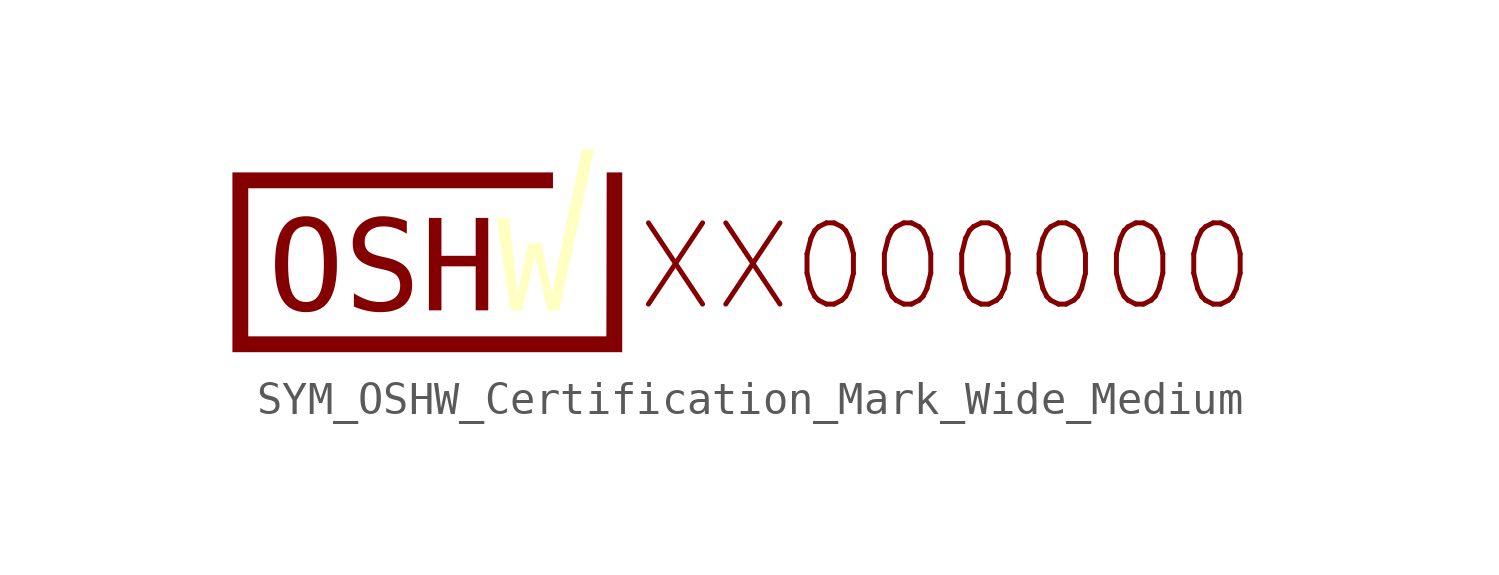
<source format=kicad_sym>
(kicad_symbol_lib
  (version 20220914)
  (generator kicad_symbol_editor)
  (symbol "SYM_OSHW_Certification_Mark_Wide_Medium"
    (property "Reference" "LOGO"
      (at 0 0 0)
      (effects (font (size 1.27 1.27)) hide))
    (symbol "SYM_OSHW_Certification_Mark_Wide_Medium_0_1"
      (polyline (pts (xy -2.783 -0.429) (xy -2.783 -0.429) (xy -2.783 -0.429)) (stroke (width -0.0001) (type default)) (fill (type outline)))
      (polyline (pts (xy 6 -3.137) (xy -6 -3.137) (xy -6 2.398) (xy -6 2.398) (xy 3.868 2.398) (xy 3.868 1.91) (xy -5.512 1.91) (xy -5.512 -2.649) (xy 5.512 -2.649) (xy 5.522 2.398) (xy 6 2.398)) (stroke (width -0.0001) (type default)) (fill (type outline)))
      (polyline (pts (xy 0.435 -0.17) (xy 1.489 -0.17) (xy 1.489 0.997) (xy 1.876 0.997) (xy 1.876 -1.849) (xy 1.489 -1.849) (xy 1.489 -0.494) (xy 0.435 -0.494) (xy 0.435 -1.849) (xy 0.048 -1.849) (xy 0.048 0.997) (xy 0.435 0.997)) (stroke (width -0.0001) (type default)) (fill (type outline)))
      (polyline (pts (xy -3.676 1.047) (xy -3.619 1.042) (xy -3.563 1.035) (xy -3.51 1.025) (xy -3.458 1.012) (xy -3.409 0.997) (xy -3.361 0.978) (xy -3.315 0.957) (xy -3.272 0.932) (xy -3.23 0.905) (xy -3.19 0.875) (xy -3.152 0.842) (xy -3.115 0.807) (xy -3.081 0.768) (xy -3.049 0.727) (xy -3.019 0.682) (xy -2.99 0.635) (xy -2.963 0.585) (xy -2.939 0.532) (xy -2.916 0.476) (xy -2.894 0.416) (xy -2.875 0.354) (xy -2.857 0.289) (xy -2.842 0.222) (xy -2.828 0.151) (xy -2.816 0.077) (xy -2.806 -0.0002) (xy -2.797 -0.08) (xy -2.791 -0.163) (xy -2.786 -0.249) (xy -2.784 -0.337) (xy -2.783 -0.429) (xy -2.784 -0.52) (xy -2.786 -0.609) (xy -2.791 -0.694) (xy -2.797 -0.777) (xy -2.806 -0.857) (xy -2.816 -0.933) (xy -2.828 -1.007) (xy -2.842 -1.078) (xy -2.857 -1.146) (xy -2.875 -1.211) (xy -2.894 -1.273) (xy -2.916 -1.332) (xy -2.939 -1.388) (xy -2.963 -1.441) (xy -2.99 -1.491) (xy -3.019 -1.538) (xy -3.034 -1.561) (xy -3.049 -1.583) (xy -3.065 -1.604) (xy -3.081 -1.624) (xy -3.098 -1.644) (xy -3.115 -1.663) (xy -3.133 -1.681) (xy -3.152 -1.698) (xy -3.17 -1.715) (xy -3.19 -1.731) (xy -3.209 -1.747) (xy -3.23 -1.761) (xy -3.25 -1.775) (xy -3.272 -1.788) (xy -3.293 -1.801) (xy -3.315 -1.813) (xy -3.338 -1.824) (xy -3.361 -1.834) (xy -3.385 -1.844) (xy -3.409 -1.853) (xy -3.433 -1.861) (xy -3.458 -1.869) (xy -3.484 -1.875) (xy -3.51 -1.881) (xy -3.536 -1.887) (xy -3.563 -1.891) (xy -3.619 -1.899) (xy -3.676 -1.903) (xy -3.736 -1.904) (xy -3.795 -1.903) (xy -3.852 -1.899) (xy -3.908 -1.891) (xy -3.961 -1.881) (xy -4.013 -1.869) (xy -4.062 -1.853) (xy -4.11 -1.835) (xy -4.156 -1.813) (xy -4.2 -1.789) (xy -4.242 -1.762) (xy -4.282 -1.732) (xy -4.319 -1.699) (xy -4.356 -1.664) (xy -4.39 -1.625) (xy -4.422 -1.584) (xy -4.452 -1.54) (xy -4.481 -1.493) (xy -4.507 -1.443) (xy -4.532 -1.39) (xy -4.555 -1.334) (xy -4.576 -1.275) (xy -4.595 -1.213) (xy -4.612 -1.148) (xy -4.628 -1.08) (xy -4.642 -1.009) (xy -4.654 -0.935) (xy -4.664 -0.859) (xy -4.672 -0.779) (xy -4.678 -0.696) (xy -4.683 -0.61) (xy -4.686 -0.521) (xy -4.687 -0.429) (xy -4.285 -0.429) (xy -4.282 -0.58) (xy -4.277 -0.719) (xy -4.266 -0.848) (xy -4.253 -0.965) (xy -4.244 -1.02) (xy -4.235 -1.071) (xy -4.224 -1.12) (xy -4.213 -1.166) (xy -4.2 -1.21) (xy -4.187 -1.25) (xy -4.172 -1.288) (xy -4.157 -1.323) (xy -4.14 -1.355) (xy -4.131 -1.371) (xy -4.122 -1.386) (xy -4.112 -1.4) (xy -4.103 -1.414) (xy -4.092 -1.428) (xy -4.082 -1.44) (xy -4.071 -1.453) (xy -4.06 -1.465) (xy -4.048 -1.476) (xy -4.037 -1.487) (xy -4.025 -1.497) (xy -4.012 -1.507) (xy -4 -1.516) (xy -3.987 -1.524) (xy -3.973 -1.532) (xy -3.96 -1.54) (xy -3.946 -1.547) (xy -3.932 -1.554) (xy -3.917 -1.56) (xy -3.902 -1.565) (xy -3.887 -1.57) (xy -3.871 -1.575) (xy -3.855 -1.579) (xy -3.839 -1.582) (xy -3.823 -1.585) (xy -3.806 -1.587) (xy -3.789 -1.589) (xy -3.771 -1.591) (xy -3.736 -1.592) (xy -3.7 -1.591) (xy -3.665 -1.587) (xy -3.631 -1.582) (xy -3.599 -1.575) (xy -3.568 -1.565) (xy -3.539 -1.554) (xy -3.51 -1.54) (xy -3.483 -1.525) (xy -3.458 -1.507) (xy -3.433 -1.487) (xy -3.41 -1.466) (xy -3.389 -1.442) (xy -3.368 -1.415) (xy -3.349 -1.387) (xy -3.331 -1.357) (xy -3.314 -1.325) (xy -3.299 -1.29) (xy -3.284 -1.252) (xy -3.27 -1.211) (xy -3.258 -1.168) (xy -3.246 -1.122) (xy -3.235 -1.073) (xy -3.226 -1.021) (xy -3.217 -0.966) (xy -3.209 -0.909) (xy -3.203 -0.849) (xy -3.197 -0.786) (xy -3.193 -0.72) (xy -3.189 -0.651) (xy -3.187 -0.58) (xy -3.185 -0.506) (xy -3.185 -0.429) (xy -3.187 -0.278) (xy -3.193 -0.138) (xy -3.203 -0.009) (xy -3.217 0.109) (xy -3.226 0.163) (xy -3.235 0.215) (xy -3.246 0.264) (xy -3.258 0.31) (xy -3.27 0.353) (xy -3.284 0.394) (xy -3.299 0.432) (xy -3.314 0.467) (xy -3.331 0.499) (xy -3.34 0.515) (xy -3.349 0.53) (xy -3.358 0.544) (xy -3.368 0.558) (xy -3.378 0.572) (xy -3.389 0.585) (xy -3.399 0.597) (xy -3.41 0.609) (xy -3.422 0.62) (xy -3.433 0.631) (xy -3.446 0.641) (xy -3.458 0.651) (xy -3.47 0.66) (xy -3.483 0.668) (xy -3.497 0.677) (xy -3.51 0.684) (xy -3.524 0.691) (xy -3.539 0.698) (xy -3.553 0.704) (xy -3.568 0.709) (xy -3.584 0.714) (xy -3.599 0.719) (xy -3.615 0.723) (xy -3.631 0.726) (xy -3.648 0.729) (xy -3.665 0.732) (xy -3.682 0.733) (xy -3.7 0.735) (xy -3.736 0.736) (xy -3.771 0.735) (xy -3.806 0.732) (xy -3.839 0.726) (xy -3.871 0.719) (xy -3.902 0.709) (xy -3.932 0.698) (xy -3.96 0.684) (xy -3.987 0.668) (xy -4.012 0.651) (xy -4.037 0.631) (xy -4.06 0.609) (xy -4.082 0.585) (xy -4.103 0.558) (xy -4.122 0.53) (xy -4.14 0.499) (xy -4.157 0.467) (xy -4.172 0.432) (xy -4.187 0.394) (xy -4.2 0.353) (xy -4.213 0.31) (xy -4.224 0.264) (xy -4.235 0.215) (xy -4.244 0.163) (xy -4.253 0.109) (xy -4.26 0.051) (xy -4.266 -0.009) (xy -4.272 -0.072) (xy -4.277 -0.138) (xy -4.28 -0.206) (xy -4.282 -0.278) (xy -4.284 -0.352) (xy -4.285 -0.429) (xy -4.687 -0.429) (xy -4.686 -0.337) (xy -4.683 -0.249) (xy -4.678 -0.163) (xy -4.672 -0.08) (xy -4.664 -0.0002) (xy -4.654 0.077) (xy -4.642 0.151) (xy -4.628 0.222) (xy -4.612 0.289) (xy -4.595 0.354) (xy -4.576 0.416) (xy -4.555 0.476) (xy -4.532 0.532) (xy -4.507 0.585) (xy -4.481 0.635) (xy -4.452 0.682) (xy -4.437 0.705) (xy -4.422 0.727) (xy -4.406 0.748) (xy -4.389 0.768) (xy -4.372 0.788) (xy -4.355 0.807) (xy -4.337 0.825) (xy -4.319 0.842) (xy -4.3 0.859) (xy -4.281 0.875) (xy -4.261 0.891) (xy -4.241 0.905) (xy -4.22 0.919) (xy -4.199 0.932) (xy -4.177 0.945) (xy -4.155 0.957) (xy -4.132 0.968) (xy -4.109 0.978) (xy -4.086 0.988) (xy -4.061 0.997) (xy -4.037 1.005) (xy -4.012 1.012) (xy -3.986 1.019) (xy -3.961 1.025) (xy -3.907 1.035) (xy -3.852 1.042) (xy -3.795 1.047) (xy -3.736 1.048)) (stroke (width -0.0001) (type default)) (fill (type outline)))
      (polyline (pts (xy -1.317 1.047) (xy -1.275 1.045) (xy -1.233 1.042) (xy -1.19 1.038) (xy -1.147 1.033) (xy -1.103 1.026) (xy -1.058 1.018) (xy -1.013 1.01) (xy -0.968 1) (xy -0.921 0.989) (xy -0.875 0.977) (xy -0.827 0.964) (xy -0.779 0.949) (xy -0.731 0.934) (xy -0.682 0.917) (xy -0.632 0.899) (xy -0.632 0.508) (xy -0.676 0.536) (xy -0.72 0.561) (xy -0.764 0.585) (xy -0.808 0.607) (xy -0.852 0.627) (xy -0.896 0.646) (xy -0.94 0.663) (xy -0.985 0.678) (xy -1.028 0.691) (xy -1.073 0.703) (xy -1.117 0.713) (xy -1.161 0.721) (xy -1.205 0.727) (xy -1.25 0.732) (xy -1.294 0.734) (xy -1.339 0.735) (xy -1.373 0.735) (xy -1.405 0.733) (xy -1.437 0.731) (xy -1.468 0.727) (xy -1.498 0.723) (xy -1.528 0.717) (xy -1.556 0.711) (xy -1.583 0.703) (xy -1.61 0.695) (xy -1.635 0.685) (xy -1.66 0.675) (xy -1.684 0.663) (xy -1.706 0.651) (xy -1.728 0.637) (xy -1.75 0.623) (xy -1.77 0.607) (xy -1.789 0.591) (xy -1.807 0.575) (xy -1.824 0.557) (xy -1.839 0.539) (xy -1.853 0.52) (xy -1.866 0.5) (xy -1.878 0.48) (xy -1.889 0.459) (xy -1.898 0.438) (xy -1.906 0.415) (xy -1.913 0.392) (xy -1.918 0.368) (xy -1.923 0.344) (xy -1.926 0.319) (xy -1.927 0.293) (xy -1.928 0.266) (xy -1.928 0.243) (xy -1.927 0.221) (xy -1.925 0.199) (xy -1.922 0.177) (xy -1.918 0.157) (xy -1.914 0.137) (xy -1.908 0.118) (xy -1.902 0.1) (xy -1.895 0.082) (xy -1.888 0.065) (xy -1.879 0.049) (xy -1.87 0.034) (xy -1.86 0.019) (xy -1.849 0.005) (xy -1.838 -0.009) (xy -1.825 -0.022) (xy -1.811 -0.034) (xy -1.796 -0.046) (xy -1.78 -0.058) (xy -1.762 -0.069) (xy -1.742 -0.08) (xy -1.721 -0.091) (xy -1.699 -0.102) (xy -1.675 -0.113) (xy -1.651 -0.123) (xy -1.624 -0.133) (xy -1.596 -0.142) (xy -1.567 -0.152) (xy -1.536 -0.161) (xy -1.504 -0.17) (xy -1.471 -0.179) (xy -1.436 -0.187) (xy -1.234 -0.233) (xy -1.185 -0.245) (xy -1.138 -0.258) (xy -1.092 -0.272) (xy -1.048 -0.286) (xy -1.005 -0.302) (xy -0.965 -0.318) (xy -0.926 -0.335) (xy -0.888 -0.353) (xy -0.853 -0.372) (xy -0.819 -0.392) (xy -0.787 -0.412) (xy -0.756 -0.433) (xy -0.727 -0.455) (xy -0.7 -0.478) (xy -0.675 -0.502) (xy -0.651 -0.527) (xy -0.629 -0.552) (xy -0.608 -0.579) (xy -0.589 -0.607) (xy -0.571 -0.636) (xy -0.555 -0.666) (xy -0.54 -0.697) (xy -0.526 -0.73) (xy -0.514 -0.763) (xy -0.503 -0.798) (xy -0.494 -0.833) (xy -0.486 -0.87) (xy -0.479 -0.908) (xy -0.474 -0.948) (xy -0.471 -0.988) (xy -0.469 -1.029) (xy -0.468 -1.072) (xy -0.469 -1.122) (xy -0.472 -1.17) (xy -0.477 -1.217) (xy -0.484 -1.263) (xy -0.493 -1.307) (xy -0.503 -1.349) (xy -0.516 -1.39) (xy -0.531 -1.43) (xy -0.548 -1.468) (xy -0.566 -1.504) (xy -0.587 -1.539) (xy -0.61 -1.572) (xy -0.634 -1.604) (xy -0.661 -1.635) (xy -0.689 -1.664) (xy -0.72 -1.691) (xy -0.752 -1.717) (xy -0.786 -1.741) (xy -0.822 -1.764) (xy -0.86 -1.785) (xy -0.899 -1.804) (xy -0.941 -1.821) (xy -0.984 -1.837) (xy -1.028 -1.851) (xy -1.075 -1.864) (xy -1.123 -1.875) (xy -1.174 -1.884) (xy -1.226 -1.891) (xy -1.28 -1.897) (xy -1.335 -1.901) (xy -1.392 -1.904) (xy -1.452 -1.905) (xy -1.502 -1.904) (xy -1.552 -1.902) (xy -1.602 -1.899) (xy -1.652 -1.894) (xy -1.702 -1.888) (xy -1.753 -1.88) (xy -1.803 -1.871) (xy -1.854 -1.861) (xy -1.904 -1.85) (xy -1.955 -1.837) (xy -2.006 -1.823) (xy -2.056 -1.808) (xy -2.107 -1.791) (xy -2.158 -1.773) (xy -2.209 -1.754) (xy -2.26 -1.733) (xy -2.26 -1.323) (xy -2.205 -1.357) (xy -2.152 -1.388) (xy -2.099 -1.417) (xy -2.047 -1.444) (xy -1.995 -1.468) (xy -1.945 -1.49) (xy -1.895 -1.51) (xy -1.846 -1.527) (xy -1.797 -1.542) (xy -1.748 -1.556) (xy -1.699 -1.567) (xy -1.649 -1.576) (xy -1.6 -1.583) (xy -1.551 -1.588) (xy -1.501 -1.591) (xy -1.452 -1.592) (xy -1.416 -1.592) (xy -1.381 -1.59) (xy -1.347 -1.587) (xy -1.314 -1.584) (xy -1.282 -1.579) (xy -1.251 -1.574) (xy -1.221 -1.567) (xy -1.192 -1.56) (xy -1.165 -1.551) (xy -1.138 -1.542) (xy -1.112 -1.531) (xy -1.087 -1.519) (xy -1.063 -1.506) (xy -1.04 -1.493) (xy -1.019 -1.478) (xy -0.998 -1.462) (xy -0.978 -1.446) (xy -0.96 -1.428) (xy -0.943 -1.41) (xy -0.927 -1.39) (xy -0.912 -1.37) (xy -0.899 -1.349) (xy -0.887 -1.328) (xy -0.876 -1.305) (xy -0.867 -1.282) (xy -0.859 -1.258) (xy -0.852 -1.233) (xy -0.846 -1.207) (xy -0.842 -1.181) (xy -0.839 -1.153) (xy -0.837 -1.125) (xy -0.836 -1.097) (xy -0.836 -1.07) (xy -0.838 -1.045) (xy -0.84 -1.02) (xy -0.843 -0.996) (xy -0.847 -0.973) (xy -0.852 -0.951) (xy -0.858 -0.929) (xy -0.864 -0.908) (xy -0.872 -0.888) (xy -0.88 -0.869) (xy -0.889 -0.851) (xy -0.899 -0.833) (xy -0.91 -0.816) (xy -0.922 -0.8) (xy -0.935 -0.785) (xy -0.948 -0.771) (xy -0.963 -0.757) (xy -0.979 -0.743) (xy -0.996 -0.73) (xy -1.014 -0.718) (xy -1.034 -0.705) (xy -1.055 -0.694) (xy -1.077 -0.682) (xy -1.1 -0.671) (xy -1.125 -0.66) (xy -1.151 -0.65) (xy -1.179 -0.64) (xy -1.208 -0.631) (xy -1.238 -0.622) (xy -1.269 -0.613) (xy -1.301 -0.605) (xy -1.335 -0.597) (xy -1.541 -0.549) (xy -1.59 -0.538) (xy -1.637 -0.526) (xy -1.682 -0.513) (xy -1.726 -0.499) (xy -1.768 -0.485) (xy -1.808 -0.469) (xy -1.847 -0.454) (xy -1.883 -0.437) (xy -1.918 -0.42) (xy -1.952 -0.402) (xy -1.984 -0.383) (xy -2.014 -0.364) (xy -2.042 -0.344) (xy -2.069 -0.323) (xy -2.094 -0.301) (xy -2.117 -0.279) (xy -2.139 -0.256) (xy -2.159 -0.232) (xy -2.178 -0.207) (xy -2.195 -0.181) (xy -2.211 -0.154) (xy -2.226 -0.126) (xy -2.239 -0.097) (xy -2.251 -0.067) (xy -2.262 -0.036) (xy -2.271 -0.004) (xy -2.278 0.029) (xy -2.285 0.062) (xy -2.29 0.097) (xy -2.293 0.133) (xy -2.295 0.17) (xy -2.296 0.207) (xy -2.295 0.254) (xy -2.292 0.3) (xy -2.287 0.345) (xy -2.28 0.388) (xy -2.271 0.43) (xy -2.26 0.472) (xy -2.247 0.511) (xy -2.232 0.55) (xy -2.215 0.588) (xy -2.196 0.624) (xy -2.175 0.659) (xy -2.152 0.693) (xy -2.127 0.726) (xy -2.1 0.757) (xy -2.071 0.788) (xy -2.041 0.817) (xy -2.008 0.845) (xy -1.974 0.871) (xy -1.938 0.895) (xy -1.901 0.918) (xy -1.863 0.939) (xy -1.824 0.958) (xy -1.783 0.975) (xy -1.741 0.99) (xy -1.698 1.004) (xy -1.653 1.015) (xy -1.607 1.025) (xy -1.56 1.033) (xy -1.512 1.04) (xy -1.462 1.044) (xy -1.411 1.047) (xy -1.358 1.048)) (stroke (width -0.0001) (type default)) (fill (type outline))))
    (symbol "SYM_OSHW_Certification_Mark_Wide_Medium_1_1"
      (polyline (pts (xy 4.061 -1.849) (xy 3.696 -1.849) (xy 3.309 -0.158) (xy 2.925 -1.849) (xy 2.561 -1.849) (xy 2.135 0.997) (xy 2.511 0.997) (xy 2.784 -1.313) (xy 3.107 0.215) (xy 3.51 0.215) (xy 3.837 -1.317) (xy 4.761 3.111) (xy 5.136 3.111)) (stroke (width -0.0001) (type default)) (fill (type background)))
      (text "XX000000" (at 6.35 -0.508 0) (effects (font (size 2.5 2.5)) (justify left))))))
</source>
